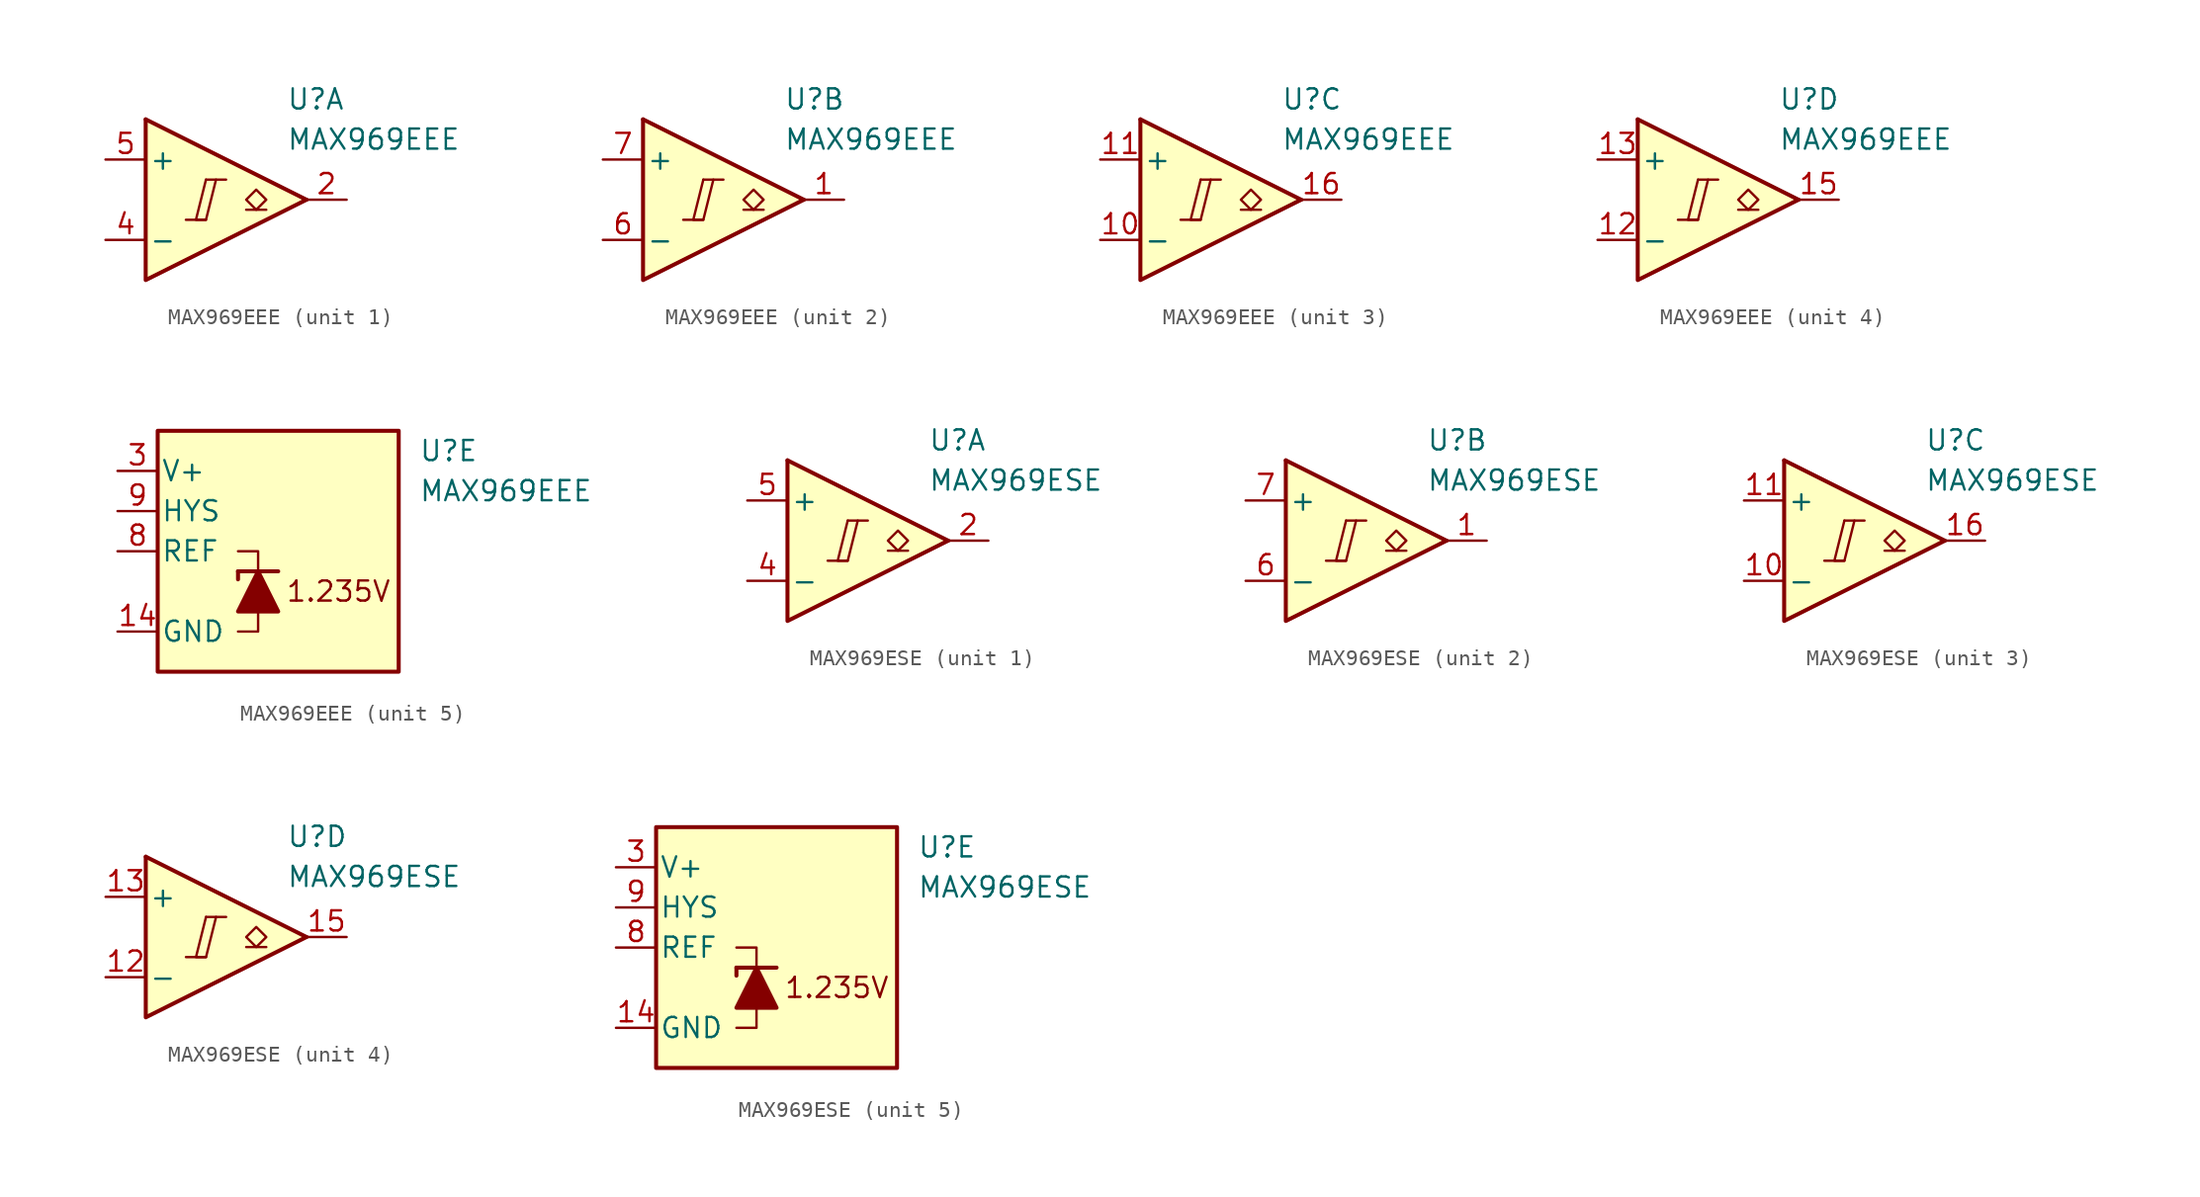
<source format=kicad_sym>
(kicad_symbol_lib
  (version 20211014)
  (generator kicad_symbol_editor)
  (symbol "MAX969EEE"
    (pin_names
      (offset 0.2))
    (property "Reference" "U"
      (at 5.08 6.35 0)
      (effects (font (size 1.27 1.27)) (justify left)))
    (property "Value" "MAX969EEE"
      (at 5.08 3.81 0)
      (effects (font (size 1.27 1.27)) (justify left)))
    (property "ki_locked" ""
      (at 0 0 0)
      (effects (font (size 1.27 1.27))))
    (symbol "MAX969EEE_1_0"
      (polyline (pts (xy -1.27 -1.27) (xy 0 -1.27)) (stroke (width 0.152) (type default) (color 0 0 0 0)) (fill (type none)))
      (polyline (pts (xy 0 1.27) (xy 1.27 1.27)) (stroke (width 0.152) (type default) (color 0 0 0 0)) (fill (type none)))
      (polyline (pts (xy 0 1.27) (xy -0.635 -1.27) (xy 0 -1.27) (xy 0.635 1.27)) (stroke (width 0.152) (type default) (color 0 0 0 0)) (fill (type none))))
    (symbol "MAX969EEE_1_1"
      (polyline (pts (xy -3.81 5.08) (xy 6.35 0)) (stroke (width 0.254) (type default) (color 0 0 0 0)) (fill (type none)))
      (polyline (pts (xy 3.81 -0.635) (xy 2.54 -0.635)) (stroke (width 0.152) (type default) (color 0 0 0 0)) (fill (type none)))
      (polyline (pts (xy -3.81 5.08) (xy -3.81 -5.08) (xy 6.35 0)) (stroke (width 0.254) (type default) (color 0 0 0 0)) (fill (type background)))
      (polyline (pts (xy 3.175 -0.635) (xy 2.54 0) (xy 3.175 0.635) (xy 3.81 0) (xy 3.175 -0.635)) (stroke (width 0.152) (type default) (color 0 0 0 0)) (fill (type none)))
      (pin output line (at 8.89 0 180) (length 2.54) (name "~" (effects (font (size 1.27 1.27)))) (number "2" (effects (font (size 1.27 1.27)))))
      (pin input line (at -6.35 -2.54 0) (length 2.54) (name "-" (effects (font (size 1.27 1.27)))) (number "4" (effects (font (size 1.27 1.27)))))
      (pin input line (at -6.35 2.54 0) (length 2.54) (name "+" (effects (font (size 1.27 1.27)))) (number "5" (effects (font (size 1.27 1.27))))))
    (symbol "MAX969EEE_2_0"
      (polyline (pts (xy -1.27 -1.27) (xy 0 -1.27)) (stroke (width 0.152) (type default) (color 0 0 0 0)) (fill (type none)))
      (polyline (pts (xy 0 1.27) (xy 1.27 1.27)) (stroke (width 0.152) (type default) (color 0 0 0 0)) (fill (type none)))
      (polyline (pts (xy 0 1.27) (xy -0.635 -1.27) (xy 0 -1.27) (xy 0.635 1.27)) (stroke (width 0.152) (type default) (color 0 0 0 0)) (fill (type none))))
    (symbol "MAX969EEE_2_1"
      (polyline (pts (xy -3.81 5.08) (xy 6.35 0)) (stroke (width 0.254) (type default) (color 0 0 0 0)) (fill (type none)))
      (polyline (pts (xy 3.81 -0.635) (xy 2.54 -0.635)) (stroke (width 0.152) (type default) (color 0 0 0 0)) (fill (type none)))
      (polyline (pts (xy -3.81 5.08) (xy -3.81 -5.08) (xy 6.35 0)) (stroke (width 0.254) (type default) (color 0 0 0 0)) (fill (type background)))
      (polyline (pts (xy 3.175 -0.635) (xy 2.54 0) (xy 3.175 0.635) (xy 3.81 0) (xy 3.175 -0.635)) (stroke (width 0.152) (type default) (color 0 0 0 0)) (fill (type none)))
      (pin output line (at 8.89 0 180) (length 2.54) (name "~" (effects (font (size 1.27 1.27)))) (number "1" (effects (font (size 1.27 1.27)))))
      (pin input line (at -6.35 -2.54 0) (length 2.54) (name "-" (effects (font (size 1.27 1.27)))) (number "6" (effects (font (size 1.27 1.27)))))
      (pin input line (at -6.35 2.54 0) (length 2.54) (name "+" (effects (font (size 1.27 1.27)))) (number "7" (effects (font (size 1.27 1.27))))))
    (symbol "MAX969EEE_3_0"
      (polyline (pts (xy -1.27 -1.27) (xy 0 -1.27)) (stroke (width 0.152) (type default) (color 0 0 0 0)) (fill (type none)))
      (polyline (pts (xy 0 1.27) (xy 1.27 1.27)) (stroke (width 0.152) (type default) (color 0 0 0 0)) (fill (type none)))
      (polyline (pts (xy 0 1.27) (xy -0.635 -1.27) (xy 0 -1.27) (xy 0.635 1.27)) (stroke (width 0.152) (type default) (color 0 0 0 0)) (fill (type none))))
    (symbol "MAX969EEE_3_1"
      (polyline (pts (xy -3.81 5.08) (xy 6.35 0)) (stroke (width 0.254) (type default) (color 0 0 0 0)) (fill (type none)))
      (polyline (pts (xy 3.81 -0.635) (xy 2.54 -0.635)) (stroke (width 0.152) (type default) (color 0 0 0 0)) (fill (type none)))
      (polyline (pts (xy -3.81 5.08) (xy -3.81 -5.08) (xy 6.35 0)) (stroke (width 0.254) (type default) (color 0 0 0 0)) (fill (type background)))
      (polyline (pts (xy 3.175 -0.635) (xy 2.54 0) (xy 3.175 0.635) (xy 3.81 0) (xy 3.175 -0.635)) (stroke (width 0.152) (type default) (color 0 0 0 0)) (fill (type none)))
      (pin input line (at -6.35 -2.54 0) (length 2.54) (name "-" (effects (font (size 1.27 1.27)))) (number "10" (effects (font (size 1.27 1.27)))))
      (pin input line (at -6.35 2.54 0) (length 2.54) (name "+" (effects (font (size 1.27 1.27)))) (number "11" (effects (font (size 1.27 1.27)))))
      (pin output line (at 8.89 0 180) (length 2.54) (name "~" (effects (font (size 1.27 1.27)))) (number "16" (effects (font (size 1.27 1.27))))))
    (symbol "MAX969EEE_4_0"
      (polyline (pts (xy -1.27 -1.27) (xy 0 -1.27)) (stroke (width 0.152) (type default) (color 0 0 0 0)) (fill (type none)))
      (polyline (pts (xy 0 1.27) (xy 1.27 1.27)) (stroke (width 0.152) (type default) (color 0 0 0 0)) (fill (type none)))
      (polyline (pts (xy 0 1.27) (xy -0.635 -1.27) (xy 0 -1.27) (xy 0.635 1.27)) (stroke (width 0.152) (type default) (color 0 0 0 0)) (fill (type none))))
    (symbol "MAX969EEE_4_1"
      (polyline (pts (xy -3.81 5.08) (xy 6.35 0)) (stroke (width 0.254) (type default) (color 0 0 0 0)) (fill (type none)))
      (polyline (pts (xy 3.81 -0.635) (xy 2.54 -0.635)) (stroke (width 0.152) (type default) (color 0 0 0 0)) (fill (type none)))
      (polyline (pts (xy -3.81 5.08) (xy -3.81 -5.08) (xy 6.35 0)) (stroke (width 0.254) (type default) (color 0 0 0 0)) (fill (type background)))
      (polyline (pts (xy 3.175 -0.635) (xy 2.54 0) (xy 3.175 0.635) (xy 3.81 0) (xy 3.175 -0.635)) (stroke (width 0.152) (type default) (color 0 0 0 0)) (fill (type none)))
      (pin input line (at -6.35 -2.54 0) (length 2.54) (name "-" (effects (font (size 1.27 1.27)))) (number "12" (effects (font (size 1.27 1.27)))))
      (pin input line (at -6.35 2.54 0) (length 2.54) (name "+" (effects (font (size 1.27 1.27)))) (number "13" (effects (font (size 1.27 1.27)))))
      (pin output line (at 8.89 0 180) (length 2.54) (name "~" (effects (font (size 1.27 1.27)))) (number "15" (effects (font (size 1.27 1.27))))))
    (symbol "MAX969EEE_5_0"
      (text "1.235V" (at 0 -2.54 0) (effects (font (size 1.27 1.27)))))
    (symbol "MAX969EEE_5_1"
      (rectangle (start -11.43 7.62) (end 3.81 -7.62) (stroke (width 0.254) (type default) (color 0 0 0 0)) (fill (type background)))
      (polyline (pts (xy -6.35 -1.27) (xy -6.35 -1.778)) (stroke (width 0.254) (type default) (color 0 0 0 0)) (fill (type none)))
      (polyline (pts (xy -6.35 -1.27) (xy -3.81 -1.27)) (stroke (width 0.254) (type default) (color 0 0 0 0)) (fill (type none)))
      (polyline (pts (xy -5.08 -3.81) (xy -5.08 -5.08) (xy -6.35 -5.08)) (stroke (width 0) (type default) (color 0 0 0 0)) (fill (type none)))
      (polyline (pts (xy -5.08 -1.27) (xy -5.08 0) (xy -6.35 0)) (stroke (width 0) (type default) (color 0 0 0 0)) (fill (type none)))
      (polyline (pts (xy -3.81 -3.81) (xy -6.35 -3.81) (xy -5.08 -1.27) (xy -3.81 -3.81)) (stroke (width 0.254) (type default) (color 0 0 0 0)) (fill (type outline)))
      (pin power_in line (at -13.97 -5.08 0) (length 2.54) (name "GND" (effects (font (size 1.27 1.27)))) (number "14" (effects (font (size 1.27 1.27)))))
      (pin power_in line (at -13.97 5.08 0) (length 2.54) (name "V+" (effects (font (size 1.27 1.27)))) (number "3" (effects (font (size 1.27 1.27)))))
      (pin output line (at -13.97 0 0) (length 2.54) (name "REF" (effects (font (size 1.27 1.27)))) (number "8" (effects (font (size 1.27 1.27)))))
      (pin input line (at -13.97 2.54 0) (length 2.54) (name "HYS" (effects (font (size 1.27 1.27)))) (number "9" (effects (font (size 1.27 1.27)))))))
  (symbol "MAX969ESE"
    (pin_names
      (offset 0.2))
    (property "Reference" "U"
      (at 5.08 6.35 0)
      (effects (font (size 1.27 1.27)) (justify left)))
    (property "Value" "MAX969ESE"
      (at 5.08 3.81 0)
      (effects (font (size 1.27 1.27)) (justify left)))
    (property "ki_locked" ""
      (at 0 0 0)
      (effects (font (size 1.27 1.27))))
    (symbol "MAX969ESE_1_0"
      (polyline (pts (xy -1.27 -1.27) (xy 0 -1.27)) (stroke (width 0.152) (type default) (color 0 0 0 0)) (fill (type none)))
      (polyline (pts (xy 0 1.27) (xy 1.27 1.27)) (stroke (width 0.152) (type default) (color 0 0 0 0)) (fill (type none)))
      (polyline (pts (xy 0 1.27) (xy -0.635 -1.27) (xy 0 -1.27) (xy 0.635 1.27)) (stroke (width 0.152) (type default) (color 0 0 0 0)) (fill (type none))))
    (symbol "MAX969ESE_1_1"
      (polyline (pts (xy -3.81 5.08) (xy 6.35 0)) (stroke (width 0.254) (type default) (color 0 0 0 0)) (fill (type none)))
      (polyline (pts (xy 3.81 -0.635) (xy 2.54 -0.635)) (stroke (width 0.152) (type default) (color 0 0 0 0)) (fill (type none)))
      (polyline (pts (xy -3.81 5.08) (xy -3.81 -5.08) (xy 6.35 0)) (stroke (width 0.254) (type default) (color 0 0 0 0)) (fill (type background)))
      (polyline (pts (xy 3.175 -0.635) (xy 2.54 0) (xy 3.175 0.635) (xy 3.81 0) (xy 3.175 -0.635)) (stroke (width 0.152) (type default) (color 0 0 0 0)) (fill (type none)))
      (pin output line (at 8.89 0 180) (length 2.54) (name "~" (effects (font (size 1.27 1.27)))) (number "2" (effects (font (size 1.27 1.27)))))
      (pin input line (at -6.35 -2.54 0) (length 2.54) (name "-" (effects (font (size 1.27 1.27)))) (number "4" (effects (font (size 1.27 1.27)))))
      (pin input line (at -6.35 2.54 0) (length 2.54) (name "+" (effects (font (size 1.27 1.27)))) (number "5" (effects (font (size 1.27 1.27))))))
    (symbol "MAX969ESE_2_0"
      (polyline (pts (xy -1.27 -1.27) (xy 0 -1.27)) (stroke (width 0.152) (type default) (color 0 0 0 0)) (fill (type none)))
      (polyline (pts (xy 0 1.27) (xy 1.27 1.27)) (stroke (width 0.152) (type default) (color 0 0 0 0)) (fill (type none)))
      (polyline (pts (xy 0 1.27) (xy -0.635 -1.27) (xy 0 -1.27) (xy 0.635 1.27)) (stroke (width 0.152) (type default) (color 0 0 0 0)) (fill (type none))))
    (symbol "MAX969ESE_2_1"
      (polyline (pts (xy -3.81 5.08) (xy 6.35 0)) (stroke (width 0.254) (type default) (color 0 0 0 0)) (fill (type none)))
      (polyline (pts (xy 3.81 -0.635) (xy 2.54 -0.635)) (stroke (width 0.152) (type default) (color 0 0 0 0)) (fill (type none)))
      (polyline (pts (xy -3.81 5.08) (xy -3.81 -5.08) (xy 6.35 0)) (stroke (width 0.254) (type default) (color 0 0 0 0)) (fill (type background)))
      (polyline (pts (xy 3.175 -0.635) (xy 2.54 0) (xy 3.175 0.635) (xy 3.81 0) (xy 3.175 -0.635)) (stroke (width 0.152) (type default) (color 0 0 0 0)) (fill (type none)))
      (pin output line (at 8.89 0 180) (length 2.54) (name "~" (effects (font (size 1.27 1.27)))) (number "1" (effects (font (size 1.27 1.27)))))
      (pin input line (at -6.35 -2.54 0) (length 2.54) (name "-" (effects (font (size 1.27 1.27)))) (number "6" (effects (font (size 1.27 1.27)))))
      (pin input line (at -6.35 2.54 0) (length 2.54) (name "+" (effects (font (size 1.27 1.27)))) (number "7" (effects (font (size 1.27 1.27))))))
    (symbol "MAX969ESE_3_0"
      (polyline (pts (xy -1.27 -1.27) (xy 0 -1.27)) (stroke (width 0.152) (type default) (color 0 0 0 0)) (fill (type none)))
      (polyline (pts (xy 0 1.27) (xy 1.27 1.27)) (stroke (width 0.152) (type default) (color 0 0 0 0)) (fill (type none)))
      (polyline (pts (xy 0 1.27) (xy -0.635 -1.27) (xy 0 -1.27) (xy 0.635 1.27)) (stroke (width 0.152) (type default) (color 0 0 0 0)) (fill (type none))))
    (symbol "MAX969ESE_3_1"
      (polyline (pts (xy -3.81 5.08) (xy 6.35 0)) (stroke (width 0.254) (type default) (color 0 0 0 0)) (fill (type none)))
      (polyline (pts (xy 3.81 -0.635) (xy 2.54 -0.635)) (stroke (width 0.152) (type default) (color 0 0 0 0)) (fill (type none)))
      (polyline (pts (xy -3.81 5.08) (xy -3.81 -5.08) (xy 6.35 0)) (stroke (width 0.254) (type default) (color 0 0 0 0)) (fill (type background)))
      (polyline (pts (xy 3.175 -0.635) (xy 2.54 0) (xy 3.175 0.635) (xy 3.81 0) (xy 3.175 -0.635)) (stroke (width 0.152) (type default) (color 0 0 0 0)) (fill (type none)))
      (pin input line (at -6.35 -2.54 0) (length 2.54) (name "-" (effects (font (size 1.27 1.27)))) (number "10" (effects (font (size 1.27 1.27)))))
      (pin input line (at -6.35 2.54 0) (length 2.54) (name "+" (effects (font (size 1.27 1.27)))) (number "11" (effects (font (size 1.27 1.27)))))
      (pin output line (at 8.89 0 180) (length 2.54) (name "~" (effects (font (size 1.27 1.27)))) (number "16" (effects (font (size 1.27 1.27))))))
    (symbol "MAX969ESE_4_0"
      (polyline (pts (xy -1.27 -1.27) (xy 0 -1.27)) (stroke (width 0.152) (type default) (color 0 0 0 0)) (fill (type none)))
      (polyline (pts (xy 0 1.27) (xy 1.27 1.27)) (stroke (width 0.152) (type default) (color 0 0 0 0)) (fill (type none)))
      (polyline (pts (xy 0 1.27) (xy -0.635 -1.27) (xy 0 -1.27) (xy 0.635 1.27)) (stroke (width 0.152) (type default) (color 0 0 0 0)) (fill (type none))))
    (symbol "MAX969ESE_4_1"
      (polyline (pts (xy -3.81 5.08) (xy 6.35 0)) (stroke (width 0.254) (type default) (color 0 0 0 0)) (fill (type none)))
      (polyline (pts (xy 3.81 -0.635) (xy 2.54 -0.635)) (stroke (width 0.152) (type default) (color 0 0 0 0)) (fill (type none)))
      (polyline (pts (xy -3.81 5.08) (xy -3.81 -5.08) (xy 6.35 0)) (stroke (width 0.254) (type default) (color 0 0 0 0)) (fill (type background)))
      (polyline (pts (xy 3.175 -0.635) (xy 2.54 0) (xy 3.175 0.635) (xy 3.81 0) (xy 3.175 -0.635)) (stroke (width 0.152) (type default) (color 0 0 0 0)) (fill (type none)))
      (pin input line (at -6.35 -2.54 0) (length 2.54) (name "-" (effects (font (size 1.27 1.27)))) (number "12" (effects (font (size 1.27 1.27)))))
      (pin input line (at -6.35 2.54 0) (length 2.54) (name "+" (effects (font (size 1.27 1.27)))) (number "13" (effects (font (size 1.27 1.27)))))
      (pin output line (at 8.89 0 180) (length 2.54) (name "~" (effects (font (size 1.27 1.27)))) (number "15" (effects (font (size 1.27 1.27))))))
    (symbol "MAX969ESE_5_0"
      (text "1.235V" (at 0 -2.54 0) (effects (font (size 1.27 1.27)))))
    (symbol "MAX969ESE_5_1"
      (rectangle (start -11.43 7.62) (end 3.81 -7.62) (stroke (width 0.254) (type default) (color 0 0 0 0)) (fill (type background)))
      (polyline (pts (xy -6.35 -1.27) (xy -6.35 -1.778)) (stroke (width 0.254) (type default) (color 0 0 0 0)) (fill (type none)))
      (polyline (pts (xy -6.35 -1.27) (xy -3.81 -1.27)) (stroke (width 0.254) (type default) (color 0 0 0 0)) (fill (type none)))
      (polyline (pts (xy -5.08 -3.81) (xy -5.08 -5.08) (xy -6.35 -5.08)) (stroke (width 0) (type default) (color 0 0 0 0)) (fill (type none)))
      (polyline (pts (xy -5.08 -1.27) (xy -5.08 0) (xy -6.35 0)) (stroke (width 0) (type default) (color 0 0 0 0)) (fill (type none)))
      (polyline (pts (xy -3.81 -3.81) (xy -6.35 -3.81) (xy -5.08 -1.27) (xy -3.81 -3.81)) (stroke (width 0.254) (type default) (color 0 0 0 0)) (fill (type outline)))
      (pin power_in line (at -13.97 -5.08 0) (length 2.54) (name "GND" (effects (font (size 1.27 1.27)))) (number "14" (effects (font (size 1.27 1.27)))))
      (pin power_in line (at -13.97 5.08 0) (length 2.54) (name "V+" (effects (font (size 1.27 1.27)))) (number "3" (effects (font (size 1.27 1.27)))))
      (pin output line (at -13.97 0 0) (length 2.54) (name "REF" (effects (font (size 1.27 1.27)))) (number "8" (effects (font (size 1.27 1.27)))))
      (pin input line (at -13.97 2.54 0) (length 2.54) (name "HYS" (effects (font (size 1.27 1.27)))) (number "9" (effects (font (size 1.27 1.27))))))))
</source>
